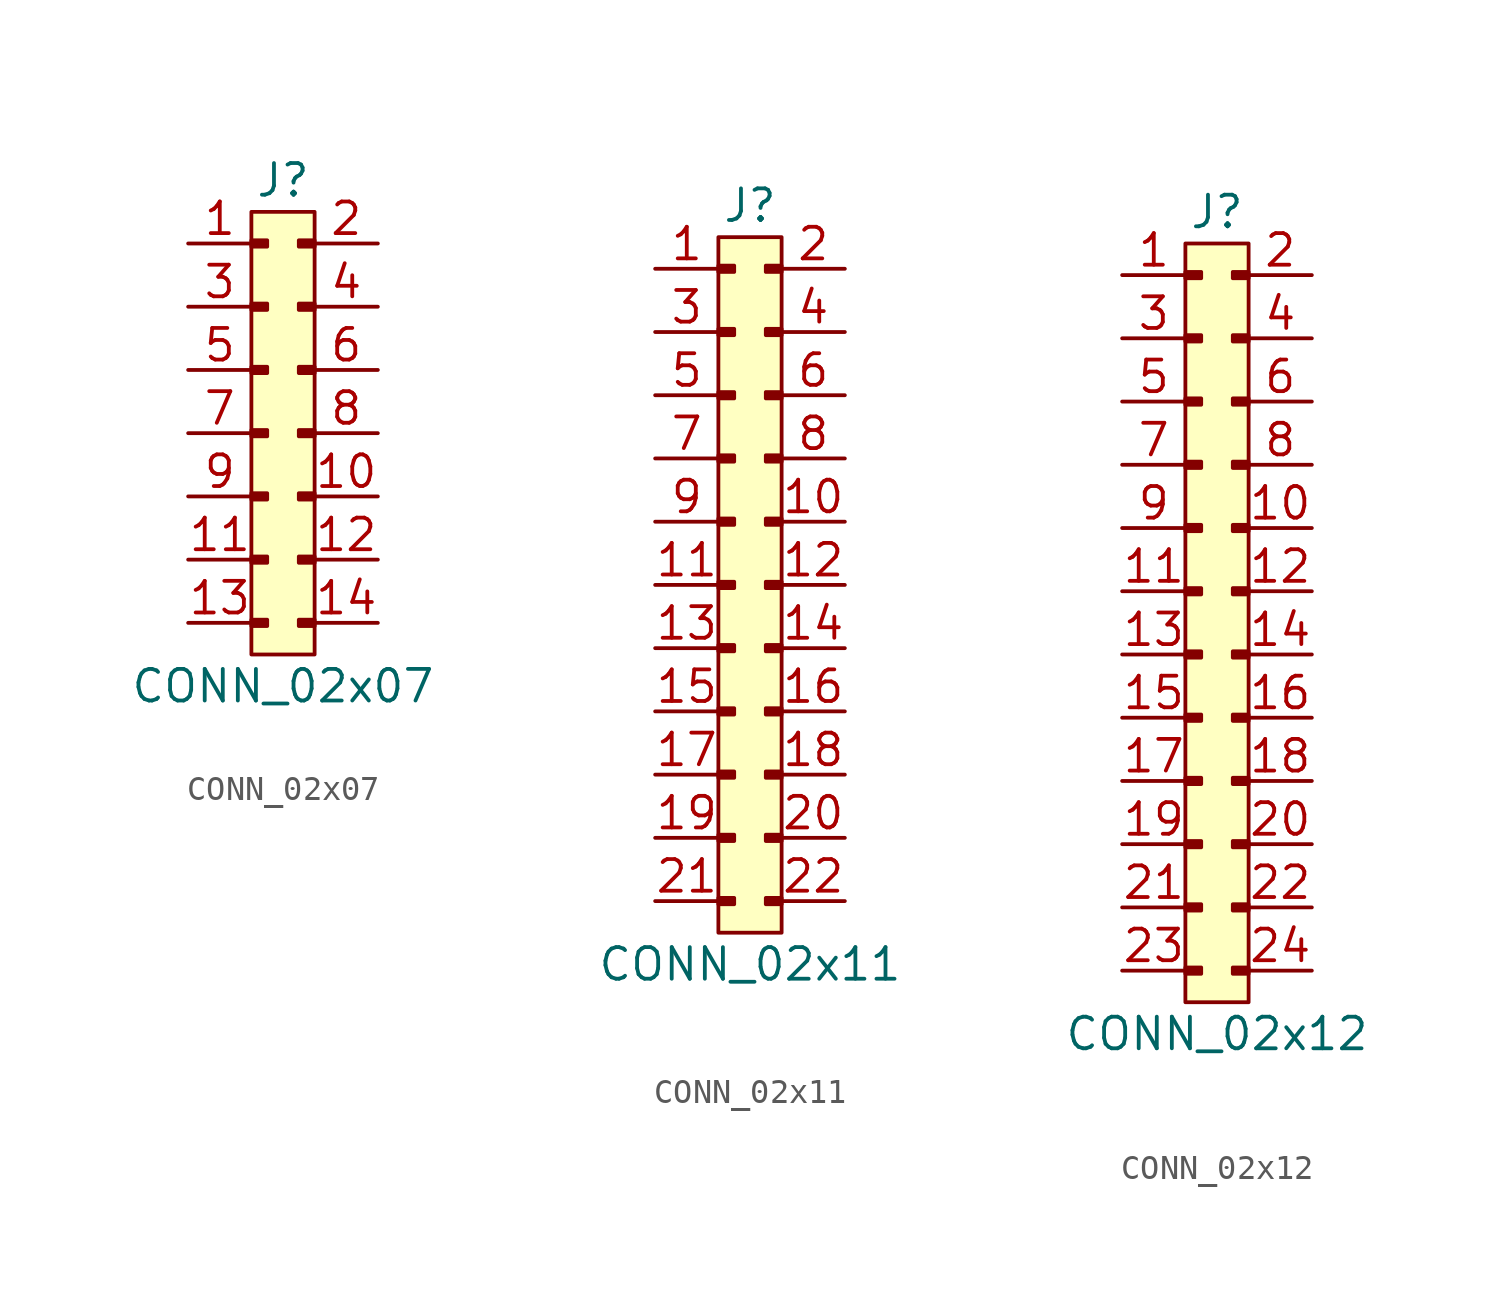
<source format=kicad_sym>
(kicad_symbol_lib
  (version 20211014)
  (generator agg_kicad.build_lib_connector)
  (symbol "CONN_02x07"
    (pin_names hide)
    (property Reference J
      (at -1.27 2.54 0)
      (effects (font (size 1.27 1.27))))
    (property Value "CONN_02x07"
      (at -1.27 -17.78 0)
      (effects (font (size 1.27 1.27))))
    (rectangle
      (start 0 -16.51)
      (end -2.54 1.27)
      (stroke (width 0) (type default) (color 0 0 0 0))
      (fill (type background)))
    (rectangle
      (start 0 0.127)
      (end -0.635 -0.127)
      (stroke (width 0) (type default) (color 0 0 0 0))
      (fill (type outline)))
    (rectangle
      (start -2.54 0.127)
      (end -1.905 -0.127)
      (stroke (width 0) (type default) (color 0 0 0 0))
      (fill (type outline)))
    (rectangle
      (start 0 -2.413)
      (end -0.635 -2.667)
      (stroke (width 0) (type default) (color 0 0 0 0))
      (fill (type outline)))
    (rectangle
      (start -2.54 -2.413)
      (end -1.905 -2.667)
      (stroke (width 0) (type default) (color 0 0 0 0))
      (fill (type outline)))
    (rectangle
      (start 0 -4.953)
      (end -0.635 -5.207)
      (stroke (width 0) (type default) (color 0 0 0 0))
      (fill (type outline)))
    (rectangle
      (start -2.54 -4.953)
      (end -1.905 -5.207)
      (stroke (width 0) (type default) (color 0 0 0 0))
      (fill (type outline)))
    (rectangle
      (start 0 -7.493)
      (end -0.635 -7.747)
      (stroke (width 0) (type default) (color 0 0 0 0))
      (fill (type outline)))
    (rectangle
      (start -2.54 -7.493)
      (end -1.905 -7.747)
      (stroke (width 0) (type default) (color 0 0 0 0))
      (fill (type outline)))
    (rectangle
      (start 0 -10.033)
      (end -0.635 -10.287)
      (stroke (width 0) (type default) (color 0 0 0 0))
      (fill (type outline)))
    (rectangle
      (start -2.54 -10.033)
      (end -1.905 -10.287)
      (stroke (width 0) (type default) (color 0 0 0 0))
      (fill (type outline)))
    (rectangle
      (start 0 -12.573)
      (end -0.635 -12.827)
      (stroke (width 0) (type default) (color 0 0 0 0))
      (fill (type outline)))
    (rectangle
      (start -2.54 -12.573)
      (end -1.905 -12.827)
      (stroke (width 0) (type default) (color 0 0 0 0))
      (fill (type outline)))
    (rectangle
      (start 0 -15.113)
      (end -0.635 -15.367)
      (stroke (width 0) (type default) (color 0 0 0 0))
      (fill (type outline)))
    (rectangle
      (start -2.54 -15.113)
      (end -1.905 -15.367)
      (stroke (width 0) (type default) (color 0 0 0 0))
      (fill (type outline)))
    (pin passive line
      (at 2.54 0 180)
      (length 2.54)
      (name "2" (effects (font (size 1.27 1.27))))
      (number "2" (effects (font (size 1.27 1.27)))))
    (pin passive line
      (at -5.08 0 0)
      (length 2.54)
      (name "1" (effects (font (size 1.27 1.27))))
      (number "1" (effects (font (size 1.27 1.27)))))
    (pin passive line
      (at 2.54 -2.54 180)
      (length 2.54)
      (name "4" (effects (font (size 1.27 1.27))))
      (number "4" (effects (font (size 1.27 1.27)))))
    (pin passive line
      (at -5.08 -2.54 0)
      (length 2.54)
      (name "3" (effects (font (size 1.27 1.27))))
      (number "3" (effects (font (size 1.27 1.27)))))
    (pin passive line
      (at 2.54 -5.08 180)
      (length 2.54)
      (name "6" (effects (font (size 1.27 1.27))))
      (number "6" (effects (font (size 1.27 1.27)))))
    (pin passive line
      (at -5.08 -5.08 0)
      (length 2.54)
      (name "5" (effects (font (size 1.27 1.27))))
      (number "5" (effects (font (size 1.27 1.27)))))
    (pin passive line
      (at 2.54 -7.62 180)
      (length 2.54)
      (name "8" (effects (font (size 1.27 1.27))))
      (number "8" (effects (font (size 1.27 1.27)))))
    (pin passive line
      (at -5.08 -7.62 0)
      (length 2.54)
      (name "7" (effects (font (size 1.27 1.27))))
      (number "7" (effects (font (size 1.27 1.27)))))
    (pin passive line
      (at 2.54 -10.16 180)
      (length 2.54)
      (name "10" (effects (font (size 1.27 1.27))))
      (number "10" (effects (font (size 1.27 1.27)))))
    (pin passive line
      (at -5.08 -10.16 0)
      (length 2.54)
      (name "9" (effects (font (size 1.27 1.27))))
      (number "9" (effects (font (size 1.27 1.27)))))
    (pin passive line
      (at 2.54 -12.7 180)
      (length 2.54)
      (name "12" (effects (font (size 1.27 1.27))))
      (number "12" (effects (font (size 1.27 1.27)))))
    (pin passive line
      (at -5.08 -12.7 0)
      (length 2.54)
      (name "11" (effects (font (size 1.27 1.27))))
      (number "11" (effects (font (size 1.27 1.27)))))
    (pin passive line
      (at 2.54 -15.24 180)
      (length 2.54)
      (name "14" (effects (font (size 1.27 1.27))))
      (number "14" (effects (font (size 1.27 1.27)))))
    (pin passive line
      (at -5.08 -15.24 0)
      (length 2.54)
      (name "13" (effects (font (size 1.27 1.27))))
      (number "13" (effects (font (size 1.27 1.27))))))
  (symbol "CONN_02x11"
    (pin_names hide)
    (property Reference J
      (at -1.27 2.54 0)
      (effects (font (size 1.27 1.27))))
    (property Value "CONN_02x11"
      (at -1.27 -27.94 0)
      (effects (font (size 1.27 1.27))))
    (rectangle
      (start 0 -26.67)
      (end -2.54 1.27)
      (stroke (width 0) (type default) (color 0 0 0 0))
      (fill (type background)))
    (rectangle
      (start 0 0.127)
      (end -0.635 -0.127)
      (stroke (width 0) (type default) (color 0 0 0 0))
      (fill (type outline)))
    (rectangle
      (start -2.54 0.127)
      (end -1.905 -0.127)
      (stroke (width 0) (type default) (color 0 0 0 0))
      (fill (type outline)))
    (rectangle
      (start 0 -2.413)
      (end -0.635 -2.667)
      (stroke (width 0) (type default) (color 0 0 0 0))
      (fill (type outline)))
    (rectangle
      (start -2.54 -2.413)
      (end -1.905 -2.667)
      (stroke (width 0) (type default) (color 0 0 0 0))
      (fill (type outline)))
    (rectangle
      (start 0 -4.953)
      (end -0.635 -5.207)
      (stroke (width 0) (type default) (color 0 0 0 0))
      (fill (type outline)))
    (rectangle
      (start -2.54 -4.953)
      (end -1.905 -5.207)
      (stroke (width 0) (type default) (color 0 0 0 0))
      (fill (type outline)))
    (rectangle
      (start 0 -7.493)
      (end -0.635 -7.747)
      (stroke (width 0) (type default) (color 0 0 0 0))
      (fill (type outline)))
    (rectangle
      (start -2.54 -7.493)
      (end -1.905 -7.747)
      (stroke (width 0) (type default) (color 0 0 0 0))
      (fill (type outline)))
    (rectangle
      (start 0 -10.033)
      (end -0.635 -10.287)
      (stroke (width 0) (type default) (color 0 0 0 0))
      (fill (type outline)))
    (rectangle
      (start -2.54 -10.033)
      (end -1.905 -10.287)
      (stroke (width 0) (type default) (color 0 0 0 0))
      (fill (type outline)))
    (rectangle
      (start 0 -12.573)
      (end -0.635 -12.827)
      (stroke (width 0) (type default) (color 0 0 0 0))
      (fill (type outline)))
    (rectangle
      (start -2.54 -12.573)
      (end -1.905 -12.827)
      (stroke (width 0) (type default) (color 0 0 0 0))
      (fill (type outline)))
    (rectangle
      (start 0 -15.113)
      (end -0.635 -15.367)
      (stroke (width 0) (type default) (color 0 0 0 0))
      (fill (type outline)))
    (rectangle
      (start -2.54 -15.113)
      (end -1.905 -15.367)
      (stroke (width 0) (type default) (color 0 0 0 0))
      (fill (type outline)))
    (rectangle
      (start 0 -17.653)
      (end -0.635 -17.907)
      (stroke (width 0) (type default) (color 0 0 0 0))
      (fill (type outline)))
    (rectangle
      (start -2.54 -17.653)
      (end -1.905 -17.907)
      (stroke (width 0) (type default) (color 0 0 0 0))
      (fill (type outline)))
    (rectangle
      (start 0 -20.193)
      (end -0.635 -20.447)
      (stroke (width 0) (type default) (color 0 0 0 0))
      (fill (type outline)))
    (rectangle
      (start -2.54 -20.193)
      (end -1.905 -20.447)
      (stroke (width 0) (type default) (color 0 0 0 0))
      (fill (type outline)))
    (rectangle
      (start 0 -22.733)
      (end -0.635 -22.987)
      (stroke (width 0) (type default) (color 0 0 0 0))
      (fill (type outline)))
    (rectangle
      (start -2.54 -22.733)
      (end -1.905 -22.987)
      (stroke (width 0) (type default) (color 0 0 0 0))
      (fill (type outline)))
    (rectangle
      (start 0 -25.273)
      (end -0.635 -25.527)
      (stroke (width 0) (type default) (color 0 0 0 0))
      (fill (type outline)))
    (rectangle
      (start -2.54 -25.273)
      (end -1.905 -25.527)
      (stroke (width 0) (type default) (color 0 0 0 0))
      (fill (type outline)))
    (pin passive line
      (at 2.54 0 180)
      (length 2.54)
      (name "2" (effects (font (size 1.27 1.27))))
      (number "2" (effects (font (size 1.27 1.27)))))
    (pin passive line
      (at -5.08 0 0)
      (length 2.54)
      (name "1" (effects (font (size 1.27 1.27))))
      (number "1" (effects (font (size 1.27 1.27)))))
    (pin passive line
      (at 2.54 -2.54 180)
      (length 2.54)
      (name "4" (effects (font (size 1.27 1.27))))
      (number "4" (effects (font (size 1.27 1.27)))))
    (pin passive line
      (at -5.08 -2.54 0)
      (length 2.54)
      (name "3" (effects (font (size 1.27 1.27))))
      (number "3" (effects (font (size 1.27 1.27)))))
    (pin passive line
      (at 2.54 -5.08 180)
      (length 2.54)
      (name "6" (effects (font (size 1.27 1.27))))
      (number "6" (effects (font (size 1.27 1.27)))))
    (pin passive line
      (at -5.08 -5.08 0)
      (length 2.54)
      (name "5" (effects (font (size 1.27 1.27))))
      (number "5" (effects (font (size 1.27 1.27)))))
    (pin passive line
      (at 2.54 -7.62 180)
      (length 2.54)
      (name "8" (effects (font (size 1.27 1.27))))
      (number "8" (effects (font (size 1.27 1.27)))))
    (pin passive line
      (at -5.08 -7.62 0)
      (length 2.54)
      (name "7" (effects (font (size 1.27 1.27))))
      (number "7" (effects (font (size 1.27 1.27)))))
    (pin passive line
      (at 2.54 -10.16 180)
      (length 2.54)
      (name "10" (effects (font (size 1.27 1.27))))
      (number "10" (effects (font (size 1.27 1.27)))))
    (pin passive line
      (at -5.08 -10.16 0)
      (length 2.54)
      (name "9" (effects (font (size 1.27 1.27))))
      (number "9" (effects (font (size 1.27 1.27)))))
    (pin passive line
      (at 2.54 -12.7 180)
      (length 2.54)
      (name "12" (effects (font (size 1.27 1.27))))
      (number "12" (effects (font (size 1.27 1.27)))))
    (pin passive line
      (at -5.08 -12.7 0)
      (length 2.54)
      (name "11" (effects (font (size 1.27 1.27))))
      (number "11" (effects (font (size 1.27 1.27)))))
    (pin passive line
      (at 2.54 -15.24 180)
      (length 2.54)
      (name "14" (effects (font (size 1.27 1.27))))
      (number "14" (effects (font (size 1.27 1.27)))))
    (pin passive line
      (at -5.08 -15.24 0)
      (length 2.54)
      (name "13" (effects (font (size 1.27 1.27))))
      (number "13" (effects (font (size 1.27 1.27)))))
    (pin passive line
      (at 2.54 -17.78 180)
      (length 2.54)
      (name "16" (effects (font (size 1.27 1.27))))
      (number "16" (effects (font (size 1.27 1.27)))))
    (pin passive line
      (at -5.08 -17.78 0)
      (length 2.54)
      (name "15" (effects (font (size 1.27 1.27))))
      (number "15" (effects (font (size 1.27 1.27)))))
    (pin passive line
      (at 2.54 -20.32 180)
      (length 2.54)
      (name "18" (effects (font (size 1.27 1.27))))
      (number "18" (effects (font (size 1.27 1.27)))))
    (pin passive line
      (at -5.08 -20.32 0)
      (length 2.54)
      (name "17" (effects (font (size 1.27 1.27))))
      (number "17" (effects (font (size 1.27 1.27)))))
    (pin passive line
      (at 2.54 -22.86 180)
      (length 2.54)
      (name "20" (effects (font (size 1.27 1.27))))
      (number "20" (effects (font (size 1.27 1.27)))))
    (pin passive line
      (at -5.08 -22.86 0)
      (length 2.54)
      (name "19" (effects (font (size 1.27 1.27))))
      (number "19" (effects (font (size 1.27 1.27)))))
    (pin passive line
      (at 2.54 -25.4 180)
      (length 2.54)
      (name "22" (effects (font (size 1.27 1.27))))
      (number "22" (effects (font (size 1.27 1.27)))))
    (pin passive line
      (at -5.08 -25.4 0)
      (length 2.54)
      (name "21" (effects (font (size 1.27 1.27))))
      (number "21" (effects (font (size 1.27 1.27))))))
  (symbol "CONN_02x12"
    (pin_names hide)
    (property Reference J
      (at -1.27 2.54 0)
      (effects (font (size 1.27 1.27))))
    (property Value "CONN_02x12"
      (at -1.27 -30.48 0)
      (effects (font (size 1.27 1.27))))
    (rectangle
      (start 0 -29.21)
      (end -2.54 1.27)
      (stroke (width 0) (type default) (color 0 0 0 0))
      (fill (type background)))
    (rectangle
      (start 0 0.127)
      (end -0.635 -0.127)
      (stroke (width 0) (type default) (color 0 0 0 0))
      (fill (type outline)))
    (rectangle
      (start -2.54 0.127)
      (end -1.905 -0.127)
      (stroke (width 0) (type default) (color 0 0 0 0))
      (fill (type outline)))
    (rectangle
      (start 0 -2.413)
      (end -0.635 -2.667)
      (stroke (width 0) (type default) (color 0 0 0 0))
      (fill (type outline)))
    (rectangle
      (start -2.54 -2.413)
      (end -1.905 -2.667)
      (stroke (width 0) (type default) (color 0 0 0 0))
      (fill (type outline)))
    (rectangle
      (start 0 -4.953)
      (end -0.635 -5.207)
      (stroke (width 0) (type default) (color 0 0 0 0))
      (fill (type outline)))
    (rectangle
      (start -2.54 -4.953)
      (end -1.905 -5.207)
      (stroke (width 0) (type default) (color 0 0 0 0))
      (fill (type outline)))
    (rectangle
      (start 0 -7.493)
      (end -0.635 -7.747)
      (stroke (width 0) (type default) (color 0 0 0 0))
      (fill (type outline)))
    (rectangle
      (start -2.54 -7.493)
      (end -1.905 -7.747)
      (stroke (width 0) (type default) (color 0 0 0 0))
      (fill (type outline)))
    (rectangle
      (start 0 -10.033)
      (end -0.635 -10.287)
      (stroke (width 0) (type default) (color 0 0 0 0))
      (fill (type outline)))
    (rectangle
      (start -2.54 -10.033)
      (end -1.905 -10.287)
      (stroke (width 0) (type default) (color 0 0 0 0))
      (fill (type outline)))
    (rectangle
      (start 0 -12.573)
      (end -0.635 -12.827)
      (stroke (width 0) (type default) (color 0 0 0 0))
      (fill (type outline)))
    (rectangle
      (start -2.54 -12.573)
      (end -1.905 -12.827)
      (stroke (width 0) (type default) (color 0 0 0 0))
      (fill (type outline)))
    (rectangle
      (start 0 -15.113)
      (end -0.635 -15.367)
      (stroke (width 0) (type default) (color 0 0 0 0))
      (fill (type outline)))
    (rectangle
      (start -2.54 -15.113)
      (end -1.905 -15.367)
      (stroke (width 0) (type default) (color 0 0 0 0))
      (fill (type outline)))
    (rectangle
      (start 0 -17.653)
      (end -0.635 -17.907)
      (stroke (width 0) (type default) (color 0 0 0 0))
      (fill (type outline)))
    (rectangle
      (start -2.54 -17.653)
      (end -1.905 -17.907)
      (stroke (width 0) (type default) (color 0 0 0 0))
      (fill (type outline)))
    (rectangle
      (start 0 -20.193)
      (end -0.635 -20.447)
      (stroke (width 0) (type default) (color 0 0 0 0))
      (fill (type outline)))
    (rectangle
      (start -2.54 -20.193)
      (end -1.905 -20.447)
      (stroke (width 0) (type default) (color 0 0 0 0))
      (fill (type outline)))
    (rectangle
      (start 0 -22.733)
      (end -0.635 -22.987)
      (stroke (width 0) (type default) (color 0 0 0 0))
      (fill (type outline)))
    (rectangle
      (start -2.54 -22.733)
      (end -1.905 -22.987)
      (stroke (width 0) (type default) (color 0 0 0 0))
      (fill (type outline)))
    (rectangle
      (start 0 -25.273)
      (end -0.635 -25.527)
      (stroke (width 0) (type default) (color 0 0 0 0))
      (fill (type outline)))
    (rectangle
      (start -2.54 -25.273)
      (end -1.905 -25.527)
      (stroke (width 0) (type default) (color 0 0 0 0))
      (fill (type outline)))
    (rectangle
      (start 0 -27.813)
      (end -0.635 -28.067)
      (stroke (width 0) (type default) (color 0 0 0 0))
      (fill (type outline)))
    (rectangle
      (start -2.54 -27.813)
      (end -1.905 -28.067)
      (stroke (width 0) (type default) (color 0 0 0 0))
      (fill (type outline)))
    (pin passive line
      (at 2.54 0 180)
      (length 2.54)
      (name "2" (effects (font (size 1.27 1.27))))
      (number "2" (effects (font (size 1.27 1.27)))))
    (pin passive line
      (at -5.08 0 0)
      (length 2.54)
      (name "1" (effects (font (size 1.27 1.27))))
      (number "1" (effects (font (size 1.27 1.27)))))
    (pin passive line
      (at 2.54 -2.54 180)
      (length 2.54)
      (name "4" (effects (font (size 1.27 1.27))))
      (number "4" (effects (font (size 1.27 1.27)))))
    (pin passive line
      (at -5.08 -2.54 0)
      (length 2.54)
      (name "3" (effects (font (size 1.27 1.27))))
      (number "3" (effects (font (size 1.27 1.27)))))
    (pin passive line
      (at 2.54 -5.08 180)
      (length 2.54)
      (name "6" (effects (font (size 1.27 1.27))))
      (number "6" (effects (font (size 1.27 1.27)))))
    (pin passive line
      (at -5.08 -5.08 0)
      (length 2.54)
      (name "5" (effects (font (size 1.27 1.27))))
      (number "5" (effects (font (size 1.27 1.27)))))
    (pin passive line
      (at 2.54 -7.62 180)
      (length 2.54)
      (name "8" (effects (font (size 1.27 1.27))))
      (number "8" (effects (font (size 1.27 1.27)))))
    (pin passive line
      (at -5.08 -7.62 0)
      (length 2.54)
      (name "7" (effects (font (size 1.27 1.27))))
      (number "7" (effects (font (size 1.27 1.27)))))
    (pin passive line
      (at 2.54 -10.16 180)
      (length 2.54)
      (name "10" (effects (font (size 1.27 1.27))))
      (number "10" (effects (font (size 1.27 1.27)))))
    (pin passive line
      (at -5.08 -10.16 0)
      (length 2.54)
      (name "9" (effects (font (size 1.27 1.27))))
      (number "9" (effects (font (size 1.27 1.27)))))
    (pin passive line
      (at 2.54 -12.7 180)
      (length 2.54)
      (name "12" (effects (font (size 1.27 1.27))))
      (number "12" (effects (font (size 1.27 1.27)))))
    (pin passive line
      (at -5.08 -12.7 0)
      (length 2.54)
      (name "11" (effects (font (size 1.27 1.27))))
      (number "11" (effects (font (size 1.27 1.27)))))
    (pin passive line
      (at 2.54 -15.24 180)
      (length 2.54)
      (name "14" (effects (font (size 1.27 1.27))))
      (number "14" (effects (font (size 1.27 1.27)))))
    (pin passive line
      (at -5.08 -15.24 0)
      (length 2.54)
      (name "13" (effects (font (size 1.27 1.27))))
      (number "13" (effects (font (size 1.27 1.27)))))
    (pin passive line
      (at 2.54 -17.78 180)
      (length 2.54)
      (name "16" (effects (font (size 1.27 1.27))))
      (number "16" (effects (font (size 1.27 1.27)))))
    (pin passive line
      (at -5.08 -17.78 0)
      (length 2.54)
      (name "15" (effects (font (size 1.27 1.27))))
      (number "15" (effects (font (size 1.27 1.27)))))
    (pin passive line
      (at 2.54 -20.32 180)
      (length 2.54)
      (name "18" (effects (font (size 1.27 1.27))))
      (number "18" (effects (font (size 1.27 1.27)))))
    (pin passive line
      (at -5.08 -20.32 0)
      (length 2.54)
      (name "17" (effects (font (size 1.27 1.27))))
      (number "17" (effects (font (size 1.27 1.27)))))
    (pin passive line
      (at 2.54 -22.86 180)
      (length 2.54)
      (name "20" (effects (font (size 1.27 1.27))))
      (number "20" (effects (font (size 1.27 1.27)))))
    (pin passive line
      (at -5.08 -22.86 0)
      (length 2.54)
      (name "19" (effects (font (size 1.27 1.27))))
      (number "19" (effects (font (size 1.27 1.27)))))
    (pin passive line
      (at 2.54 -25.4 180)
      (length 2.54)
      (name "22" (effects (font (size 1.27 1.27))))
      (number "22" (effects (font (size 1.27 1.27)))))
    (pin passive line
      (at -5.08 -25.4 0)
      (length 2.54)
      (name "21" (effects (font (size 1.27 1.27))))
      (number "21" (effects (font (size 1.27 1.27)))))
    (pin passive line
      (at 2.54 -27.94 180)
      (length 2.54)
      (name "24" (effects (font (size 1.27 1.27))))
      (number "24" (effects (font (size 1.27 1.27)))))
    (pin passive line
      (at -5.08 -27.94 0)
      (length 2.54)
      (name "23" (effects (font (size 1.27 1.27))))
      (number "23" (effects (font (size 1.27 1.27)))))))
</source>
